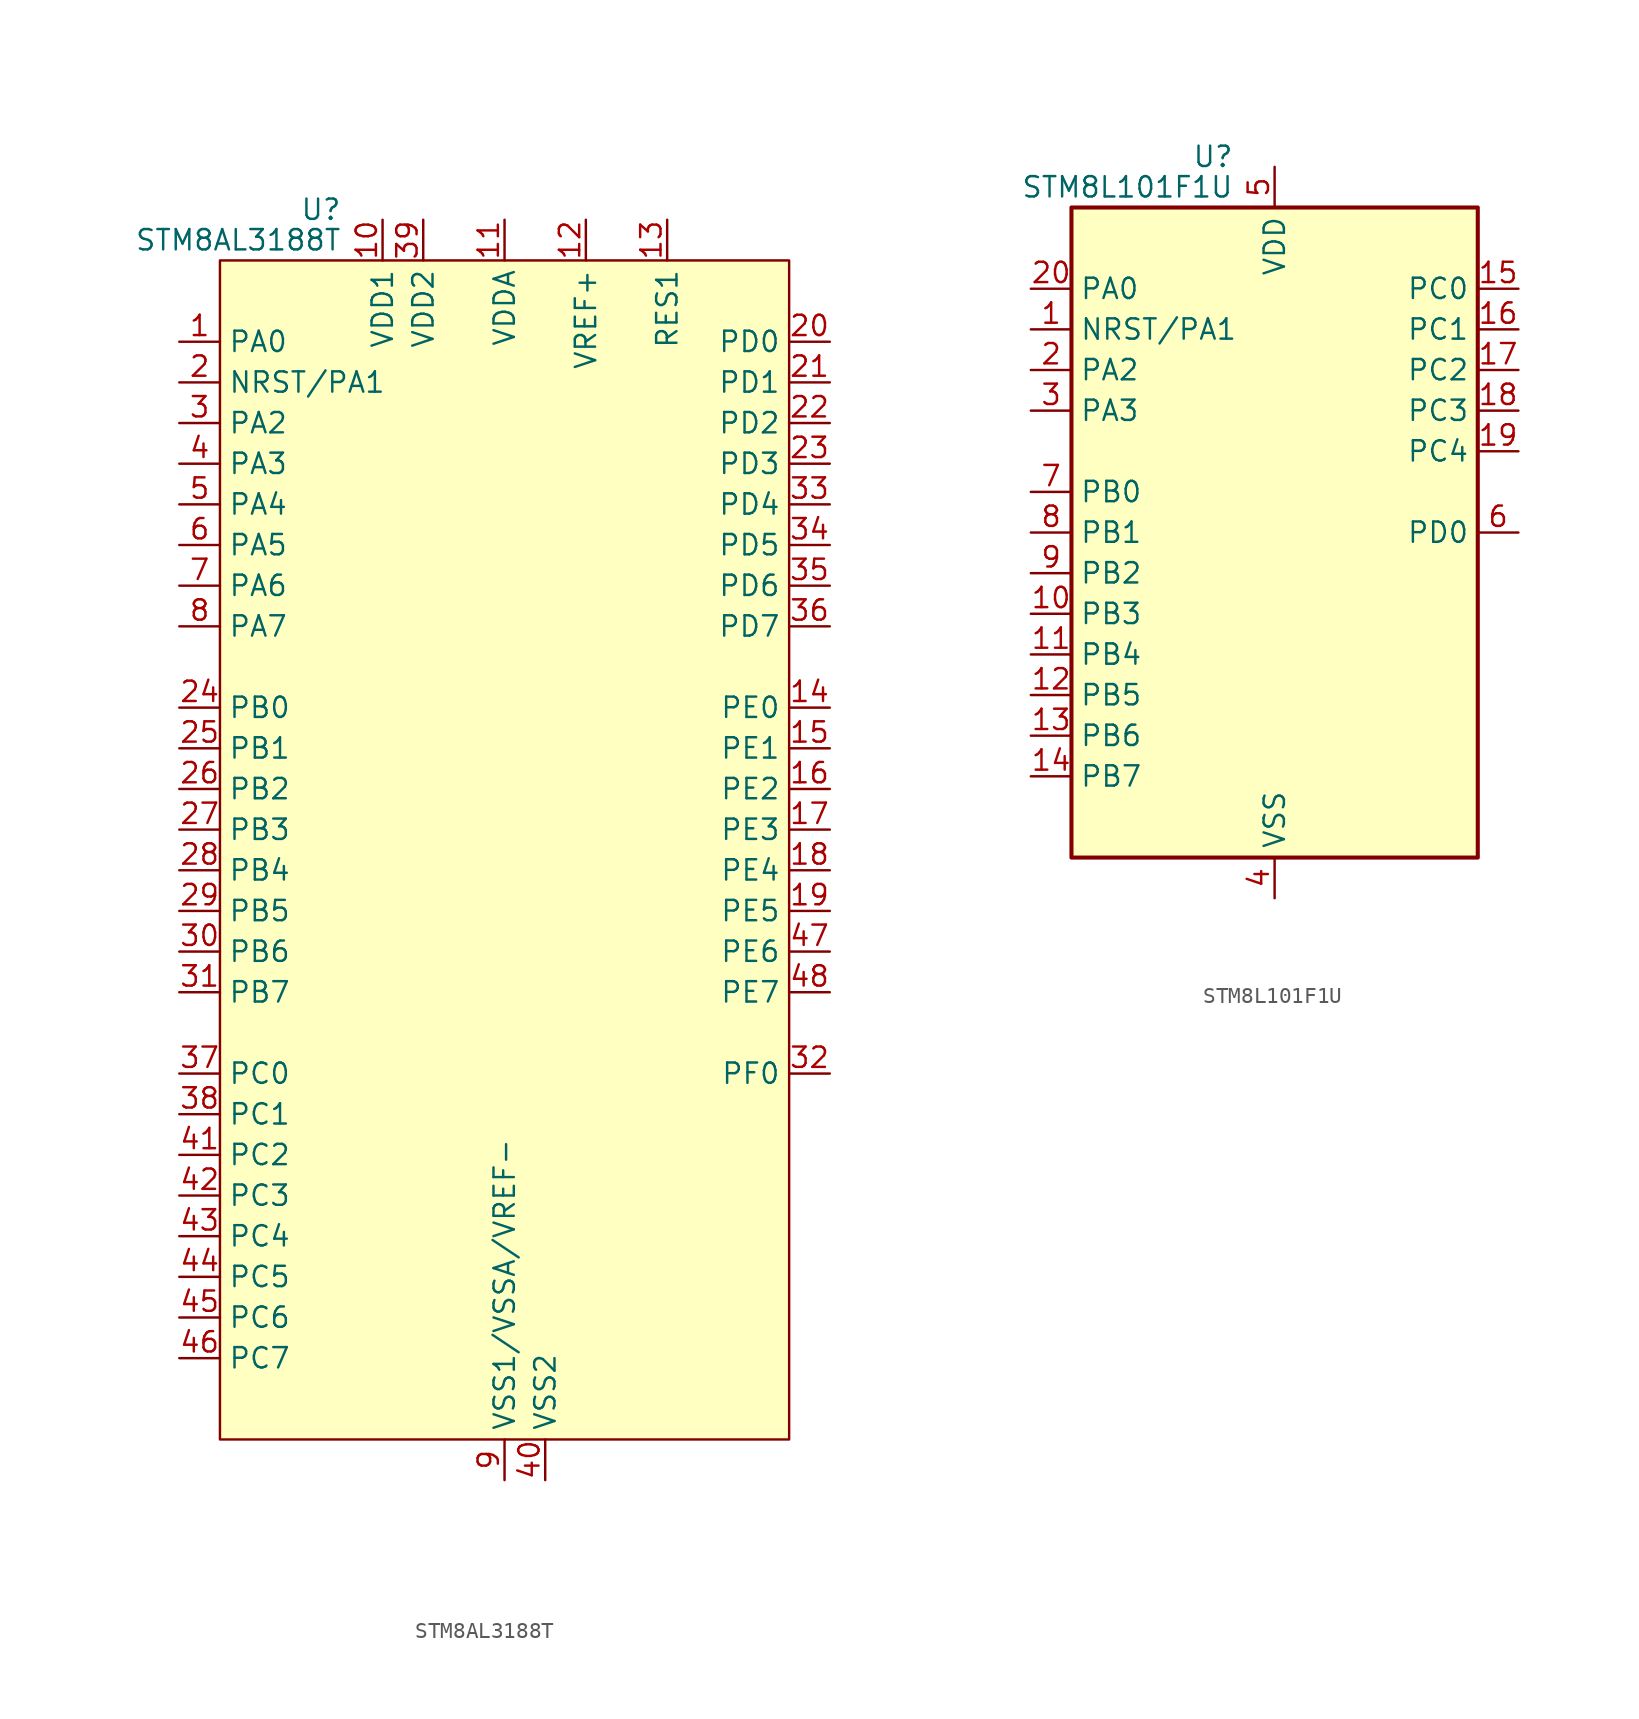
<source format=kicad_sym>
(kicad_symbol_lib
  (version 20211014)
  (generator kicad_symbol_editor)
  (symbol "STM8AL3188T"
    (property "Reference" "U"
      (at -10.16 38.735 0)
      (effects (font (size 1.27 1.27)) (justify right)))
    (property "Value" "STM8AL3188T"
      (at -10.16 36.83 0)
      (effects (font (size 1.27 1.27)) (justify right)))
    (symbol "STM8AL3188T_0_0"
      (pin bidirectional line (at -20.32 30.48 0) (length 2.54) (name "PA0" (effects (font (size 1.27 1.27)))) (number "1" (effects (font (size 1.27 1.27)))))
      (pin power_in line (at -7.62 38.1 270) (length 2.54) (name "VDD1" (effects (font (size 1.27 1.27)))) (number "10" (effects (font (size 1.27 1.27)))))
      (pin power_in line (at 0 38.1 270) (length 2.54) (name "VDDA" (effects (font (size 1.27 1.27)))) (number "11" (effects (font (size 1.27 1.27)))))
      (pin power_in line (at 5.08 38.1 270) (length 2.54) (name "VREF+" (effects (font (size 1.27 1.27)))) (number "12" (effects (font (size 1.27 1.27)))))
      (pin power_in line (at 10.16 38.1 270) (length 2.54) (name "RES1" (effects (font (size 1.27 1.27)))) (number "13" (effects (font (size 1.27 1.27)))))
      (pin bidirectional line (at 20.32 7.62 180) (length 2.54) (name "PE0" (effects (font (size 1.27 1.27)))) (number "14" (effects (font (size 1.27 1.27)))))
      (pin bidirectional line (at 20.32 5.08 180) (length 2.54) (name "PE1" (effects (font (size 1.27 1.27)))) (number "15" (effects (font (size 1.27 1.27)))))
      (pin bidirectional line (at 20.32 2.54 180) (length 2.54) (name "PE2" (effects (font (size 1.27 1.27)))) (number "16" (effects (font (size 1.27 1.27)))))
      (pin bidirectional line (at 20.32 0 180) (length 2.54) (name "PE3" (effects (font (size 1.27 1.27)))) (number "17" (effects (font (size 1.27 1.27)))))
      (pin bidirectional line (at 20.32 -2.54 180) (length 2.54) (name "PE4" (effects (font (size 1.27 1.27)))) (number "18" (effects (font (size 1.27 1.27)))))
      (pin bidirectional line (at 20.32 -5.08 180) (length 2.54) (name "PE5" (effects (font (size 1.27 1.27)))) (number "19" (effects (font (size 1.27 1.27)))))
      (pin bidirectional line (at -20.32 27.94 0) (length 2.54) (name "NRST/PA1" (effects (font (size 1.27 1.27)))) (number "2" (effects (font (size 1.27 1.27)))))
      (pin bidirectional line (at 20.32 30.48 180) (length 2.54) (name "PD0" (effects (font (size 1.27 1.27)))) (number "20" (effects (font (size 1.27 1.27)))))
      (pin bidirectional line (at 20.32 27.94 180) (length 2.54) (name "PD1" (effects (font (size 1.27 1.27)))) (number "21" (effects (font (size 1.27 1.27)))))
      (pin bidirectional line (at 20.32 25.4 180) (length 2.54) (name "PD2" (effects (font (size 1.27 1.27)))) (number "22" (effects (font (size 1.27 1.27)))))
      (pin bidirectional line (at 20.32 22.86 180) (length 2.54) (name "PD3" (effects (font (size 1.27 1.27)))) (number "23" (effects (font (size 1.27 1.27)))))
      (pin bidirectional line (at -20.32 7.62 0) (length 2.54) (name "PB0" (effects (font (size 1.27 1.27)))) (number "24" (effects (font (size 1.27 1.27)))))
      (pin bidirectional line (at -20.32 5.08 0) (length 2.54) (name "PB1" (effects (font (size 1.27 1.27)))) (number "25" (effects (font (size 1.27 1.27)))))
      (pin bidirectional line (at -20.32 2.54 0) (length 2.54) (name "PB2" (effects (font (size 1.27 1.27)))) (number "26" (effects (font (size 1.27 1.27)))))
      (pin bidirectional line (at -20.32 0 0) (length 2.54) (name "PB3" (effects (font (size 1.27 1.27)))) (number "27" (effects (font (size 1.27 1.27)))))
      (pin bidirectional line (at -20.32 -2.54 0) (length 2.54) (name "PB4" (effects (font (size 1.27 1.27)))) (number "28" (effects (font (size 1.27 1.27)))))
      (pin bidirectional line (at -20.32 -5.08 0) (length 2.54) (name "PB5" (effects (font (size 1.27 1.27)))) (number "29" (effects (font (size 1.27 1.27)))))
      (pin bidirectional line (at -20.32 25.4 0) (length 2.54) (name "PA2" (effects (font (size 1.27 1.27)))) (number "3" (effects (font (size 1.27 1.27)))))
      (pin bidirectional line (at -20.32 -7.62 0) (length 2.54) (name "PB6" (effects (font (size 1.27 1.27)))) (number "30" (effects (font (size 1.27 1.27)))))
      (pin bidirectional line (at -20.32 -10.16 0) (length 2.54) (name "PB7" (effects (font (size 1.27 1.27)))) (number "31" (effects (font (size 1.27 1.27)))))
      (pin bidirectional line (at 20.32 -15.24 180) (length 2.54) (name "PF0" (effects (font (size 1.27 1.27)))) (number "32" (effects (font (size 1.27 1.27)))))
      (pin bidirectional line (at 20.32 20.32 180) (length 2.54) (name "PD4" (effects (font (size 1.27 1.27)))) (number "33" (effects (font (size 1.27 1.27)))))
      (pin bidirectional line (at 20.32 17.78 180) (length 2.54) (name "PD5" (effects (font (size 1.27 1.27)))) (number "34" (effects (font (size 1.27 1.27)))))
      (pin bidirectional line (at 20.32 15.24 180) (length 2.54) (name "PD6" (effects (font (size 1.27 1.27)))) (number "35" (effects (font (size 1.27 1.27)))))
      (pin bidirectional line (at 20.32 12.7 180) (length 2.54) (name "PD7" (effects (font (size 1.27 1.27)))) (number "36" (effects (font (size 1.27 1.27)))))
      (pin bidirectional line (at -20.32 -15.24 0) (length 2.54) (name "PC0" (effects (font (size 1.27 1.27)))) (number "37" (effects (font (size 1.27 1.27)))))
      (pin bidirectional line (at -20.32 -17.78 0) (length 2.54) (name "PC1" (effects (font (size 1.27 1.27)))) (number "38" (effects (font (size 1.27 1.27)))))
      (pin power_in line (at -5.08 38.1 270) (length 2.54) (name "VDD2" (effects (font (size 1.27 1.27)))) (number "39" (effects (font (size 1.27 1.27)))))
      (pin bidirectional line (at -20.32 22.86 0) (length 2.54) (name "PA3" (effects (font (size 1.27 1.27)))) (number "4" (effects (font (size 1.27 1.27)))))
      (pin power_in line (at 2.54 -40.64 90) (length 2.54) (name "VSS2" (effects (font (size 1.27 1.27)))) (number "40" (effects (font (size 1.27 1.27)))))
      (pin bidirectional line (at -20.32 -20.32 0) (length 2.54) (name "PC2" (effects (font (size 1.27 1.27)))) (number "41" (effects (font (size 1.27 1.27)))))
      (pin bidirectional line (at -20.32 -22.86 0) (length 2.54) (name "PC3" (effects (font (size 1.27 1.27)))) (number "42" (effects (font (size 1.27 1.27)))))
      (pin bidirectional line (at -20.32 -25.4 0) (length 2.54) (name "PC4" (effects (font (size 1.27 1.27)))) (number "43" (effects (font (size 1.27 1.27)))))
      (pin bidirectional line (at -20.32 -27.94 0) (length 2.54) (name "PC5" (effects (font (size 1.27 1.27)))) (number "44" (effects (font (size 1.27 1.27)))))
      (pin bidirectional line (at -20.32 -30.48 0) (length 2.54) (name "PC6" (effects (font (size 1.27 1.27)))) (number "45" (effects (font (size 1.27 1.27)))))
      (pin bidirectional line (at -20.32 -33.02 0) (length 2.54) (name "PC7" (effects (font (size 1.27 1.27)))) (number "46" (effects (font (size 1.27 1.27)))))
      (pin bidirectional line (at 20.32 -7.62 180) (length 2.54) (name "PE6" (effects (font (size 1.27 1.27)))) (number "47" (effects (font (size 1.27 1.27)))))
      (pin bidirectional line (at 20.32 -10.16 180) (length 2.54) (name "PE7" (effects (font (size 1.27 1.27)))) (number "48" (effects (font (size 1.27 1.27)))))
      (pin bidirectional line (at -20.32 20.32 0) (length 2.54) (name "PA4" (effects (font (size 1.27 1.27)))) (number "5" (effects (font (size 1.27 1.27)))))
      (pin bidirectional line (at -20.32 17.78 0) (length 2.54) (name "PA5" (effects (font (size 1.27 1.27)))) (number "6" (effects (font (size 1.27 1.27)))))
      (pin bidirectional line (at -20.32 15.24 0) (length 2.54) (name "PA6" (effects (font (size 1.27 1.27)))) (number "7" (effects (font (size 1.27 1.27)))))
      (pin bidirectional line (at -20.32 12.7 0) (length 2.54) (name "PA7" (effects (font (size 1.27 1.27)))) (number "8" (effects (font (size 1.27 1.27)))))
      (pin power_in line (at 0 -40.64 90) (length 2.54) (name "VSS1/VSSA/VREF-" (effects (font (size 1.27 1.27)))) (number "9" (effects (font (size 1.27 1.27))))))
    (symbol "STM8AL3188T_0_1"
      (rectangle (start -17.78 35.56) (end 17.78 -38.1) (stroke (width 0) (type default) (color 0 0 0 0)) (fill (type background)))))
  (symbol "STM8L101F1U"
    (property "Reference" "U"
      (at -2.54 23.495 0)
      (effects (font (size 1.27 1.27)) (justify right)))
    (property "Value" "STM8L101F1U"
      (at -2.54 21.59 0)
      (effects (font (size 1.27 1.27)) (justify right)))
    (symbol "STM8L101F1U_0_1"
      (rectangle (start -12.7 20.32) (end 12.7 -20.32) (stroke (width 0.254) (type default) (color 0 0 0 0)) (fill (type background))))
    (symbol "STM8L101F1U_1_1"
      (pin bidirectional line (at -15.24 12.7 0) (length 2.54) (name "NRST/PA1" (effects (font (size 1.27 1.27)))) (number "1" (effects (font (size 1.27 1.27)))))
      (pin bidirectional line (at -15.24 -5.08 0) (length 2.54) (name "PB3" (effects (font (size 1.27 1.27)))) (number "10" (effects (font (size 1.27 1.27)))))
      (pin bidirectional line (at -15.24 -7.62 0) (length 2.54) (name "PB4" (effects (font (size 1.27 1.27)))) (number "11" (effects (font (size 1.27 1.27)))))
      (pin bidirectional line (at -15.24 -10.16 0) (length 2.54) (name "PB5" (effects (font (size 1.27 1.27)))) (number "12" (effects (font (size 1.27 1.27)))))
      (pin bidirectional line (at -15.24 -12.7 0) (length 2.54) (name "PB6" (effects (font (size 1.27 1.27)))) (number "13" (effects (font (size 1.27 1.27)))))
      (pin bidirectional line (at -15.24 -15.24 0) (length 2.54) (name "PB7" (effects (font (size 1.27 1.27)))) (number "14" (effects (font (size 1.27 1.27)))))
      (pin bidirectional line (at 15.24 15.24 180) (length 2.54) (name "PC0" (effects (font (size 1.27 1.27)))) (number "15" (effects (font (size 1.27 1.27)))))
      (pin bidirectional line (at 15.24 12.7 180) (length 2.54) (name "PC1" (effects (font (size 1.27 1.27)))) (number "16" (effects (font (size 1.27 1.27)))))
      (pin bidirectional line (at 15.24 10.16 180) (length 2.54) (name "PC2" (effects (font (size 1.27 1.27)))) (number "17" (effects (font (size 1.27 1.27)))))
      (pin bidirectional line (at 15.24 7.62 180) (length 2.54) (name "PC3" (effects (font (size 1.27 1.27)))) (number "18" (effects (font (size 1.27 1.27)))))
      (pin bidirectional line (at 15.24 5.08 180) (length 2.54) (name "PC4" (effects (font (size 1.27 1.27)))) (number "19" (effects (font (size 1.27 1.27)))))
      (pin bidirectional line (at -15.24 10.16 0) (length 2.54) (name "PA2" (effects (font (size 1.27 1.27)))) (number "2" (effects (font (size 1.27 1.27)))))
      (pin bidirectional line (at -15.24 15.24 0) (length 2.54) (name "PA0" (effects (font (size 1.27 1.27)))) (number "20" (effects (font (size 1.27 1.27)))))
      (pin bidirectional line (at -15.24 7.62 0) (length 2.54) (name "PA3" (effects (font (size 1.27 1.27)))) (number "3" (effects (font (size 1.27 1.27)))))
      (pin power_in line (at 0 -22.86 90) (length 2.54) (name "VSS" (effects (font (size 1.27 1.27)))) (number "4" (effects (font (size 1.27 1.27)))))
      (pin power_in line (at 0 22.86 270) (length 2.54) (name "VDD" (effects (font (size 1.27 1.27)))) (number "5" (effects (font (size 1.27 1.27)))))
      (pin bidirectional line (at 15.24 0 180) (length 2.54) (name "PD0" (effects (font (size 1.27 1.27)))) (number "6" (effects (font (size 1.27 1.27)))))
      (pin bidirectional line (at -15.24 2.54 0) (length 2.54) (name "PB0" (effects (font (size 1.27 1.27)))) (number "7" (effects (font (size 1.27 1.27)))))
      (pin bidirectional line (at -15.24 0 0) (length 2.54) (name "PB1" (effects (font (size 1.27 1.27)))) (number "8" (effects (font (size 1.27 1.27)))))
      (pin bidirectional line (at -15.24 -2.54 0) (length 2.54) (name "PB2" (effects (font (size 1.27 1.27)))) (number "9" (effects (font (size 1.27 1.27))))))))
</source>
